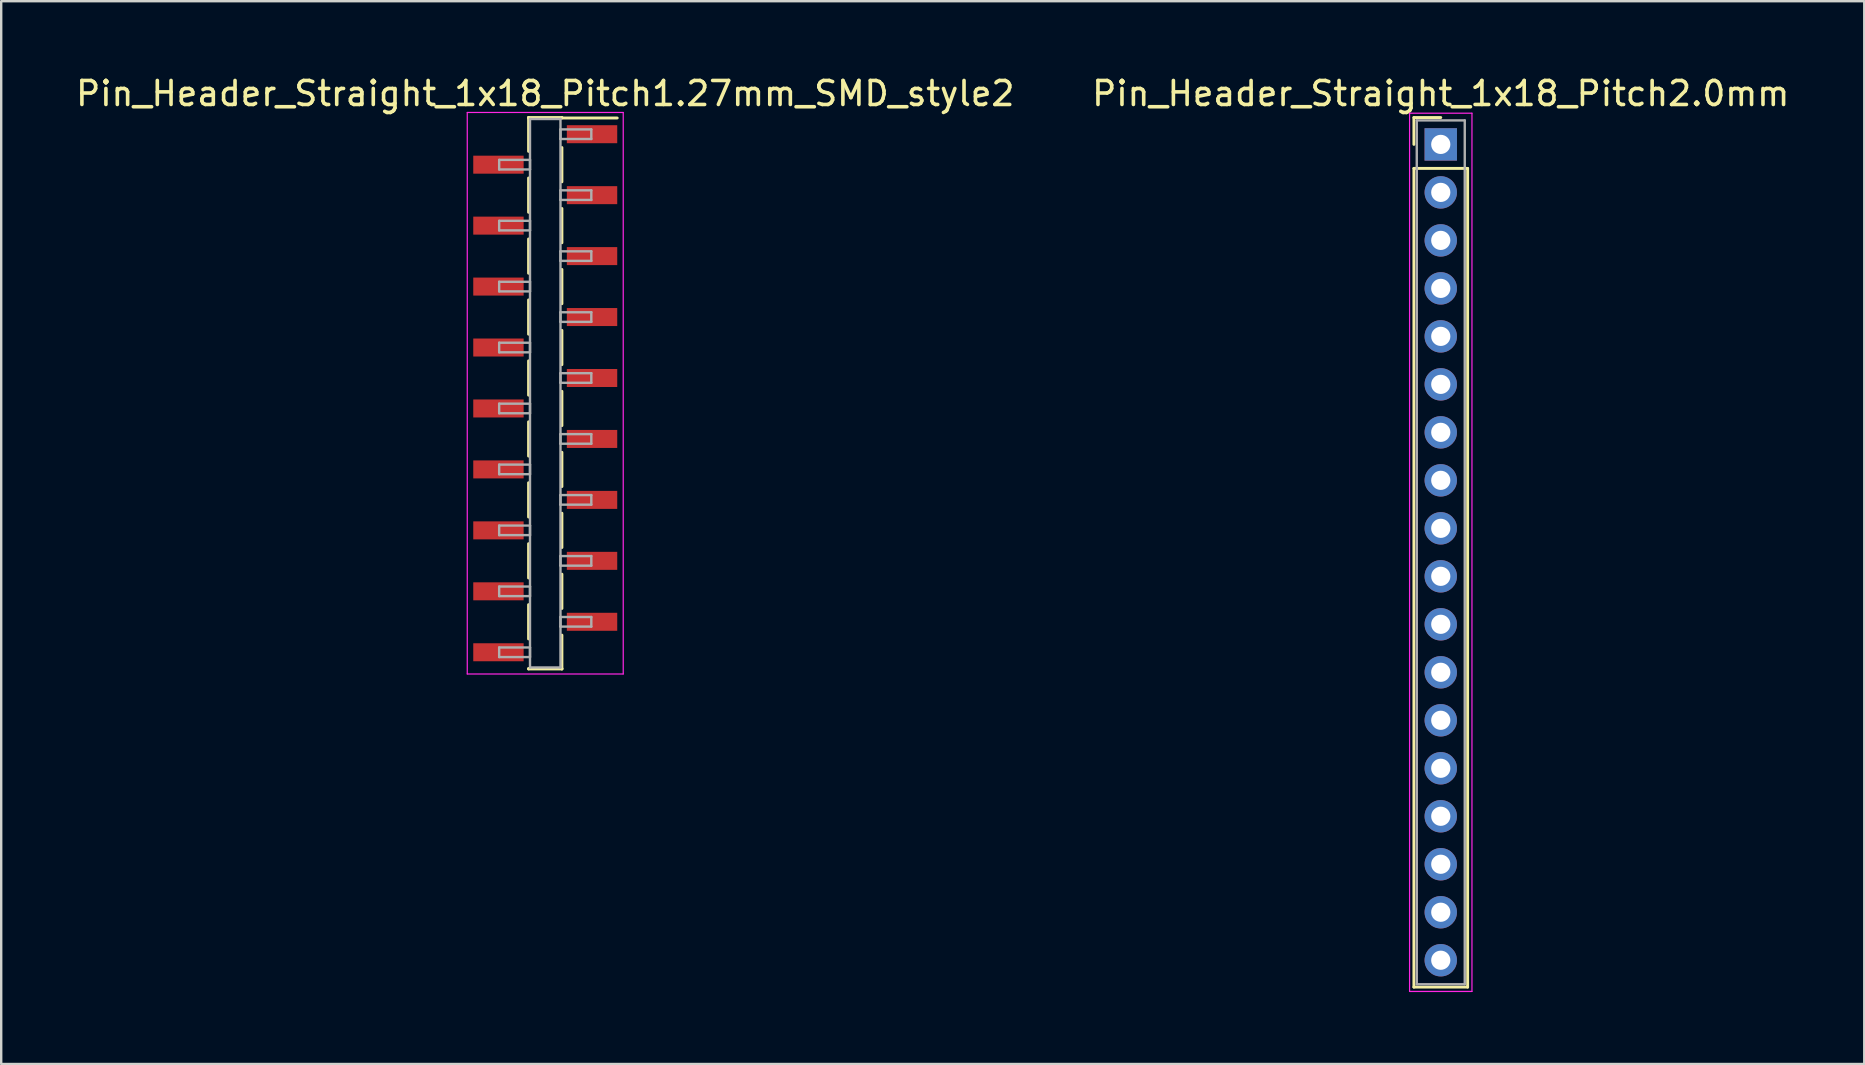
<source format=kicad_pcb>
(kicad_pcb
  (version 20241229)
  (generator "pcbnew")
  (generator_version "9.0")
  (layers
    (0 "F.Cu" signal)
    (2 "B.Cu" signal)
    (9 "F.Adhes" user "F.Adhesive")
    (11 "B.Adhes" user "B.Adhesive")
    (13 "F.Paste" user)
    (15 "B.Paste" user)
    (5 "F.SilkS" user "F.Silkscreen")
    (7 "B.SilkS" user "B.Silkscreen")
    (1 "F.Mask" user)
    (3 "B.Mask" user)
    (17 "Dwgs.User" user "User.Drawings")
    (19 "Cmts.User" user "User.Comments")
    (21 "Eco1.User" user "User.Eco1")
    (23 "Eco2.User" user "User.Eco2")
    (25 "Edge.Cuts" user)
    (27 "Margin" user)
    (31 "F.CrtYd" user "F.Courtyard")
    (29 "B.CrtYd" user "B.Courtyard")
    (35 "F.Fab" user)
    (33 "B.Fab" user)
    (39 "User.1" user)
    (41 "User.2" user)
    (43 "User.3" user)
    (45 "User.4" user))
  (footprint "Pin_Header_Straight_1x18_Pitch1.27mm_SMD_style2"
    (layer "F.Cu")
    (at 19.673 13.338)
    (property "Reference" "Pin_Header_Straight_1x18_Pitch1.27mm_SMD_style2" (at 0 -12.49 0) (layer "F.SilkS") (effects (font (size 1 1) (thickness 0.15))))
    (attr smd)
    (fp_line (start -0.695 -11.49) (end -0.695 -10.08) (stroke (width 0.12) (type solid)) (layer "F.SilkS"))
    (fp_line (start -0.695 -11.49) (end 0.695 -11.49) (stroke (width 0.12) (type solid)) (layer "F.SilkS"))
    (fp_line (start -0.695 -11.47) (end -0.695 -11.49) (stroke (width 0.12) (type solid)) (layer "F.SilkS"))
    (fp_line (start -0.695 -8.97) (end -0.695 -7.54) (stroke (width 0.12) (type solid)) (layer "F.SilkS"))
    (fp_line (start -0.695 -6.43) (end -0.695 -5) (stroke (width 0.12) (type solid)) (layer "F.SilkS"))
    (fp_line (start -0.695 -3.89) (end -0.695 -2.46) (stroke (width 0.12) (type solid)) (layer "F.SilkS"))
    (fp_line (start -0.695 -1.35) (end -0.695 0.08) (stroke (width 0.12) (type solid)) (layer "F.SilkS"))
    (fp_line (start -0.695 1.19) (end -0.695 2.62) (stroke (width 0.12) (type solid)) (layer "F.SilkS"))
    (fp_line (start -0.695 3.73) (end -0.695 5.16) (stroke (width 0.12) (type solid)) (layer "F.SilkS"))
    (fp_line (start -0.695 6.27) (end -0.695 7.7) (stroke (width 0.12) (type solid)) (layer "F.SilkS"))
    (fp_line (start -0.695 8.81) (end -0.695 10.24) (stroke (width 0.12) (type solid)) (layer "F.SilkS"))
    (fp_line (start -0.695 11.47) (end -0.695 11.49) (stroke (width 0.12) (type solid)) (layer "F.SilkS"))
    (fp_line (start -0.695 11.49) (end 0.695 11.49) (stroke (width 0.12) (type solid)) (layer "F.SilkS"))
    (fp_line (start 0.695 -11.49) (end 0.695 -11.47) (stroke (width 0.12) (type solid)) (layer "F.SilkS"))
    (fp_line (start 0.695 -11.47) (end 3 -11.47) (stroke (width 0.12) (type solid)) (layer "F.SilkS"))
    (fp_line (start 0.695 -10.24) (end 0.695 -8.81) (stroke (width 0.12) (type solid)) (layer "F.SilkS"))
    (fp_line (start 0.695 -7.7) (end 0.695 -6.27) (stroke (width 0.12) (type solid)) (layer "F.SilkS"))
    (fp_line (start 0.695 -5.16) (end 0.695 -3.73) (stroke (width 0.12) (type solid)) (layer "F.SilkS"))
    (fp_line (start 0.695 -2.62) (end 0.695 -1.19) (stroke (width 0.12) (type solid)) (layer "F.SilkS"))
    (fp_line (start 0.695 -0.08) (end 0.695 1.35) (stroke (width 0.12) (type solid)) (layer "F.SilkS"))
    (fp_line (start 0.695 2.46) (end 0.695 3.89) (stroke (width 0.12) (type solid)) (layer "F.SilkS"))
    (fp_line (start 0.695 5) (end 0.695 6.43) (stroke (width 0.12) (type solid)) (layer "F.SilkS"))
    (fp_line (start 0.695 7.54) (end 0.695 8.97) (stroke (width 0.12) (type solid)) (layer "F.SilkS"))
    (fp_line (start 0.695 10.08) (end 0.695 11.49) (stroke (width 0.12) (type solid)) (layer "F.SilkS"))
    (fp_line (start 0.695 11.49) (end 0.695 11.47) (stroke (width 0.12) (type solid)) (layer "F.SilkS"))
    (fp_line (start -3.25 -11.7) (end -3.25 11.7) (stroke (width 0.05) (type solid)) (layer "F.CrtYd"))
    (fp_line (start -3.25 11.7) (end 3.25 11.7) (stroke (width 0.05) (type solid)) (layer "F.CrtYd"))
    (fp_line (start 3.25 -11.7) (end -3.25 -11.7) (stroke (width 0.05) (type solid)) (layer "F.CrtYd"))
    (fp_line (start 3.25 11.7) (end 3.25 -11.7) (stroke (width 0.05) (type solid)) (layer "F.CrtYd"))
    (fp_line (start -1.92 -9.725) (end -0.635 -9.725) (stroke (width 0.1) (type solid)) (layer "F.Fab"))
    (fp_line (start -1.92 -9.325) (end -1.92 -9.725) (stroke (width 0.1) (type solid)) (layer "F.Fab"))
    (fp_line (start -1.92 -7.185) (end -0.635 -7.185) (stroke (width 0.1) (type solid)) (layer "F.Fab"))
    (fp_line (start -1.92 -6.785) (end -1.92 -7.185) (stroke (width 0.1) (type solid)) (layer "F.Fab"))
    (fp_line (start -1.92 -4.645) (end -0.635 -4.645) (stroke (width 0.1) (type solid)) (layer "F.Fab"))
    (fp_line (start -1.92 -4.245) (end -1.92 -4.645) (stroke (width 0.1) (type solid)) (layer "F.Fab"))
    (fp_line (start -1.92 -2.105) (end -0.635 -2.105) (stroke (width 0.1) (type solid)) (layer "F.Fab"))
    (fp_line (start -1.92 -1.705) (end -1.92 -2.105) (stroke (width 0.1) (type solid)) (layer "F.Fab"))
    (fp_line (start -1.92 0.435) (end -0.635 0.435) (stroke (width 0.1) (type solid)) (layer "F.Fab"))
    (fp_line (start -1.92 0.835) (end -1.92 0.435) (stroke (width 0.1) (type solid)) (layer "F.Fab"))
    (fp_line (start -1.92 2.975) (end -0.635 2.975) (stroke (width 0.1) (type solid)) (layer "F.Fab"))
    (fp_line (start -1.92 3.375) (end -1.92 2.975) (stroke (width 0.1) (type solid)) (layer "F.Fab"))
    (fp_line (start -1.92 5.515) (end -0.635 5.515) (stroke (width 0.1) (type solid)) (layer "F.Fab"))
    (fp_line (start -1.92 5.915) (end -1.92 5.515) (stroke (width 0.1) (type solid)) (layer "F.Fab"))
    (fp_line (start -1.92 8.055) (end -0.635 8.055) (stroke (width 0.1) (type solid)) (layer "F.Fab"))
    (fp_line (start -1.92 8.455) (end -1.92 8.055) (stroke (width 0.1) (type solid)) (layer "F.Fab"))
    (fp_line (start -1.92 10.595) (end -0.635 10.595) (stroke (width 0.1) (type solid)) (layer "F.Fab"))
    (fp_line (start -1.92 10.995) (end -1.92 10.595) (stroke (width 0.1) (type solid)) (layer "F.Fab"))
    (fp_line (start -0.635 -11.43) (end -0.635 11.43) (stroke (width 0.1) (type solid)) (layer "F.Fab"))
    (fp_line (start -0.635 -9.725) (end -0.635 -9.325) (stroke (width 0.1) (type solid)) (layer "F.Fab"))
    (fp_line (start -0.635 -9.325) (end -1.92 -9.325) (stroke (width 0.1) (type solid)) (layer "F.Fab"))
    (fp_line (start -0.635 -7.185) (end -0.635 -6.785) (stroke (width 0.1) (type solid)) (layer "F.Fab"))
    (fp_line (start -0.635 -6.785) (end -1.92 -6.785) (stroke (width 0.1) (type solid)) (layer "F.Fab"))
    (fp_line (start -0.635 -4.645) (end -0.635 -4.245) (stroke (width 0.1) (type solid)) (layer "F.Fab"))
    (fp_line (start -0.635 -4.245) (end -1.92 -4.245) (stroke (width 0.1) (type solid)) (layer "F.Fab"))
    (fp_line (start -0.635 -2.105) (end -0.635 -1.705) (stroke (width 0.1) (type solid)) (layer "F.Fab"))
    (fp_line (start -0.635 -1.705) (end -1.92 -1.705) (stroke (width 0.1) (type solid)) (layer "F.Fab"))
    (fp_line (start -0.635 0.435) (end -0.635 0.835) (stroke (width 0.1) (type solid)) (layer "F.Fab"))
    (fp_line (start -0.635 0.835) (end -1.92 0.835) (stroke (width 0.1) (type solid)) (layer "F.Fab"))
    (fp_line (start -0.635 2.975) (end -0.635 3.375) (stroke (width 0.1) (type solid)) (layer "F.Fab"))
    (fp_line (start -0.635 3.375) (end -1.92 3.375) (stroke (width 0.1) (type solid)) (layer "F.Fab"))
    (fp_line (start -0.635 5.515) (end -0.635 5.915) (stroke (width 0.1) (type solid)) (layer "F.Fab"))
    (fp_line (start -0.635 5.915) (end -1.92 5.915) (stroke (width 0.1) (type solid)) (layer "F.Fab"))
    (fp_line (start -0.635 8.055) (end -0.635 8.455) (stroke (width 0.1) (type solid)) (layer "F.Fab"))
    (fp_line (start -0.635 8.455) (end -1.92 8.455) (stroke (width 0.1) (type solid)) (layer "F.Fab"))
    (fp_line (start -0.635 10.595) (end -0.635 10.995) (stroke (width 0.1) (type solid)) (layer "F.Fab"))
    (fp_line (start -0.635 10.995) (end -1.92 10.995) (stroke (width 0.1) (type solid)) (layer "F.Fab"))
    (fp_line (start -0.635 11.43) (end 0.635 11.43) (stroke (width 0.1) (type solid)) (layer "F.Fab"))
    (fp_line (start 0.635 -11.43) (end -0.635 -11.43) (stroke (width 0.1) (type solid)) (layer "F.Fab"))
    (fp_line (start 0.635 -10.995) (end 0.635 -10.595) (stroke (width 0.1) (type solid)) (layer "F.Fab"))
    (fp_line (start 0.635 -10.595) (end 1.92 -10.595) (stroke (width 0.1) (type solid)) (layer "F.Fab"))
    (fp_line (start 0.635 -8.455) (end 0.635 -8.055) (stroke (width 0.1) (type solid)) (layer "F.Fab"))
    (fp_line (start 0.635 -8.055) (end 1.92 -8.055) (stroke (width 0.1) (type solid)) (layer "F.Fab"))
    (fp_line (start 0.635 -5.915) (end 0.635 -5.515) (stroke (width 0.1) (type solid)) (layer "F.Fab"))
    (fp_line (start 0.635 -5.515) (end 1.92 -5.515) (stroke (width 0.1) (type solid)) (layer "F.Fab"))
    (fp_line (start 0.635 -3.375) (end 0.635 -2.975) (stroke (width 0.1) (type solid)) (layer "F.Fab"))
    (fp_line (start 0.635 -2.975) (end 1.92 -2.975) (stroke (width 0.1) (type solid)) (layer "F.Fab"))
    (fp_line (start 0.635 -0.835) (end 0.635 -0.435) (stroke (width 0.1) (type solid)) (layer "F.Fab"))
    (fp_line (start 0.635 -0.435) (end 1.92 -0.435) (stroke (width 0.1) (type solid)) (layer "F.Fab"))
    (fp_line (start 0.635 1.705) (end 0.635 2.105) (stroke (width 0.1) (type solid)) (layer "F.Fab"))
    (fp_line (start 0.635 2.105) (end 1.92 2.105) (stroke (width 0.1) (type solid)) (layer "F.Fab"))
    (fp_line (start 0.635 4.245) (end 0.635 4.645) (stroke (width 0.1) (type solid)) (layer "F.Fab"))
    (fp_line (start 0.635 4.645) (end 1.92 4.645) (stroke (width 0.1) (type solid)) (layer "F.Fab"))
    (fp_line (start 0.635 6.785) (end 0.635 7.185) (stroke (width 0.1) (type solid)) (layer "F.Fab"))
    (fp_line (start 0.635 7.185) (end 1.92 7.185) (stroke (width 0.1) (type solid)) (layer "F.Fab"))
    (fp_line (start 0.635 9.325) (end 0.635 9.725) (stroke (width 0.1) (type solid)) (layer "F.Fab"))
    (fp_line (start 0.635 9.725) (end 1.92 9.725) (stroke (width 0.1) (type solid)) (layer "F.Fab"))
    (fp_line (start 0.635 11.43) (end 0.635 -11.43) (stroke (width 0.1) (type solid)) (layer "F.Fab"))
    (fp_line (start 1.92 -10.995) (end 0.635 -10.995) (stroke (width 0.1) (type solid)) (layer "F.Fab"))
    (fp_line (start 1.92 -10.595) (end 1.92 -10.995) (stroke (width 0.1) (type solid)) (layer "F.Fab"))
    (fp_line (start 1.92 -8.455) (end 0.635 -8.455) (stroke (width 0.1) (type solid)) (layer "F.Fab"))
    (fp_line (start 1.92 -8.055) (end 1.92 -8.455) (stroke (width 0.1) (type solid)) (layer "F.Fab"))
    (fp_line (start 1.92 -5.915) (end 0.635 -5.915) (stroke (width 0.1) (type solid)) (layer "F.Fab"))
    (fp_line (start 1.92 -5.515) (end 1.92 -5.915) (stroke (width 0.1) (type solid)) (layer "F.Fab"))
    (fp_line (start 1.92 -3.375) (end 0.635 -3.375) (stroke (width 0.1) (type solid)) (layer "F.Fab"))
    (fp_line (start 1.92 -2.975) (end 1.92 -3.375) (stroke (width 0.1) (type solid)) (layer "F.Fab"))
    (fp_line (start 1.92 -0.835) (end 0.635 -0.835) (stroke (width 0.1) (type solid)) (layer "F.Fab"))
    (fp_line (start 1.92 -0.435) (end 1.92 -0.835) (stroke (width 0.1) (type solid)) (layer "F.Fab"))
    (fp_line (start 1.92 1.705) (end 0.635 1.705) (stroke (width 0.1) (type solid)) (layer "F.Fab"))
    (fp_line (start 1.92 2.105) (end 1.92 1.705) (stroke (width 0.1) (type solid)) (layer "F.Fab"))
    (fp_line (start 1.92 4.245) (end 0.635 4.245) (stroke (width 0.1) (type solid)) (layer "F.Fab"))
    (fp_line (start 1.92 4.645) (end 1.92 4.245) (stroke (width 0.1) (type solid)) (layer "F.Fab"))
    (fp_line (start 1.92 6.785) (end 0.635 6.785) (stroke (width 0.1) (type solid)) (layer "F.Fab"))
    (fp_line (start 1.92 7.185) (end 1.92 6.785) (stroke (width 0.1) (type solid)) (layer "F.Fab"))
    (fp_line (start 1.92 9.325) (end 0.635 9.325) (stroke (width 0.1) (type solid)) (layer "F.Fab"))
    (fp_line (start 1.92 9.725) (end 1.92 9.325) (stroke (width 0.1) (type solid)) (layer "F.Fab"))
    (pad "1" smd rect (at 1.95 -10.795) (size 2.1 0.75) (layers "F.Cu" "F.Mask"))
    (pad "2" smd rect (at -1.95 -9.525) (size 2.1 0.75) (layers "F.Cu" "F.Mask"))
    (pad "3" smd rect (at 1.95 -8.255) (size 2.1 0.75) (layers "F.Cu" "F.Mask"))
    (pad "4" smd rect (at -1.95 -6.985) (size 2.1 0.75) (layers "F.Cu" "F.Mask"))
    (pad "5" smd rect (at 1.95 -5.715) (size 2.1 0.75) (layers "F.Cu" "F.Mask"))
    (pad "6" smd rect (at -1.95 -4.445) (size 2.1 0.75) (layers "F.Cu" "F.Mask"))
    (pad "7" smd rect (at 1.95 -3.175) (size 2.1 0.75) (layers "F.Cu" "F.Mask"))
    (pad "8" smd rect (at -1.95 -1.905) (size 2.1 0.75) (layers "F.Cu" "F.Mask"))
    (pad "9" smd rect (at 1.95 -0.635) (size 2.1 0.75) (layers "F.Cu" "F.Mask"))
    (pad "10" smd rect (at -1.95 0.635) (size 2.1 0.75) (layers "F.Cu" "F.Mask"))
    (pad "11" smd rect (at 1.95 1.905) (size 2.1 0.75) (layers "F.Cu" "F.Mask"))
    (pad "12" smd rect (at -1.95 3.175) (size 2.1 0.75) (layers "F.Cu" "F.Mask"))
    (pad "13" smd rect (at 1.95 4.445) (size 2.1 0.75) (layers "F.Cu" "F.Mask"))
    (pad "14" smd rect (at -1.95 5.715) (size 2.1 0.75) (layers "F.Cu" "F.Mask"))
    (pad "15" smd rect (at 1.95 6.985) (size 2.1 0.75) (layers "F.Cu" "F.Mask"))
    (pad "16" smd rect (at -1.95 8.255) (size 2.1 0.75) (layers "F.Cu" "F.Mask"))
    (pad "17" smd rect (at 1.95 9.525) (size 2.1 0.75) (layers "F.Cu" "F.Mask"))
    (pad "18" smd rect (at -1.95 10.795) (size 2.1 0.75) (layers "F.Cu" "F.Mask")))
  (footprint "Pin_Header_Straight_1x18_Pitch2.0mm"
    (layer "F.Cu")
    (at 56.994 2.968)
    (property "Reference" "Pin_Header_Straight_1x18_Pitch2.0mm" (at 0 -2.12 0) (layer "F.SilkS") (effects (font (size 1 1) (thickness 0.15))))
    (attr through_hole)
    (fp_line (start -1.12 -1.12) (end 0 -1.12) (stroke (width 0.12) (type solid)) (layer "F.SilkS"))
    (fp_line (start -1.12 0) (end -1.12 -1.12) (stroke (width 0.12) (type solid)) (layer "F.SilkS"))
    (fp_line (start -1.12 1) (end -1.12 35.12) (stroke (width 0.12) (type solid)) (layer "F.SilkS"))
    (fp_line (start -1.12 35.12) (end 1.12 35.12) (stroke (width 0.12) (type solid)) (layer "F.SilkS"))
    (fp_line (start 1.12 1) (end -1.12 1) (stroke (width 0.12) (type solid)) (layer "F.SilkS"))
    (fp_line (start 1.12 35.12) (end 1.12 1) (stroke (width 0.12) (type solid)) (layer "F.SilkS"))
    (fp_line (start -1.3 -1.3) (end -1.3 35.3) (stroke (width 0.05) (type solid)) (layer "F.CrtYd"))
    (fp_line (start -1.3 35.3) (end 1.3 35.3) (stroke (width 0.05) (type solid)) (layer "F.CrtYd"))
    (fp_line (start 1.3 -1.3) (end -1.3 -1.3) (stroke (width 0.05) (type solid)) (layer "F.CrtYd"))
    (fp_line (start 1.3 35.3) (end 1.3 -1.3) (stroke (width 0.05) (type solid)) (layer "F.CrtYd"))
    (fp_line (start -1 -1) (end -1 35) (stroke (width 0.1) (type solid)) (layer "F.Fab"))
    (fp_line (start -1 35) (end 1 35) (stroke (width 0.1) (type solid)) (layer "F.Fab"))
    (fp_line (start 1 -1) (end -1 -1) (stroke (width 0.1) (type solid)) (layer "F.Fab"))
    (fp_line (start 1 35) (end 1 -1) (stroke (width 0.1) (type solid)) (layer "F.Fab"))
    (pad "1" thru_hole rect (at 0 0) (size 1.35 1.35) (drill 0.8) (layers "*.Cu" "*.Mask"))
    (pad "2" thru_hole oval (at 0 2) (size 1.35 1.35) (drill 0.8) (layers "*.Cu" "*.Mask"))
    (pad "3" thru_hole oval (at 0 4) (size 1.35 1.35) (drill 0.8) (layers "*.Cu" "*.Mask"))
    (pad "4" thru_hole oval (at 0 6) (size 1.35 1.35) (drill 0.8) (layers "*.Cu" "*.Mask"))
    (pad "5" thru_hole oval (at 0 8) (size 1.35 1.35) (drill 0.8) (layers "*.Cu" "*.Mask"))
    (pad "6" thru_hole oval (at 0 10) (size 1.35 1.35) (drill 0.8) (layers "*.Cu" "*.Mask"))
    (pad "7" thru_hole oval (at 0 12) (size 1.35 1.35) (drill 0.8) (layers "*.Cu" "*.Mask"))
    (pad "8" thru_hole oval (at 0 14) (size 1.35 1.35) (drill 0.8) (layers "*.Cu" "*.Mask"))
    (pad "9" thru_hole oval (at 0 16) (size 1.35 1.35) (drill 0.8) (layers "*.Cu" "*.Mask"))
    (pad "10" thru_hole oval (at 0 18) (size 1.35 1.35) (drill 0.8) (layers "*.Cu" "*.Mask"))
    (pad "11" thru_hole oval (at 0 20) (size 1.35 1.35) (drill 0.8) (layers "*.Cu" "*.Mask"))
    (pad "12" thru_hole oval (at 0 22) (size 1.35 1.35) (drill 0.8) (layers "*.Cu" "*.Mask"))
    (pad "13" thru_hole oval (at 0 24) (size 1.35 1.35) (drill 0.8) (layers "*.Cu" "*.Mask"))
    (pad "14" thru_hole oval (at 0 26) (size 1.35 1.35) (drill 0.8) (layers "*.Cu" "*.Mask"))
    (pad "15" thru_hole oval (at 0 28) (size 1.35 1.35) (drill 0.8) (layers "*.Cu" "*.Mask"))
    (pad "16" thru_hole oval (at 0 30) (size 1.35 1.35) (drill 0.8) (layers "*.Cu" "*.Mask"))
    (pad "17" thru_hole oval (at 0 32) (size 1.35 1.35) (drill 0.8) (layers "*.Cu" "*.Mask"))
    (pad "18" thru_hole oval (at 0 34) (size 1.35 1.35) (drill 0.8) (layers "*.Cu" "*.Mask")))
  (gr_rect
    (start -3 -3)
    (end 74.643 41.293)
    (stroke (width 0.1) (type default))
    (fill no)
    (layer "Edge.Cuts")))
</source>
